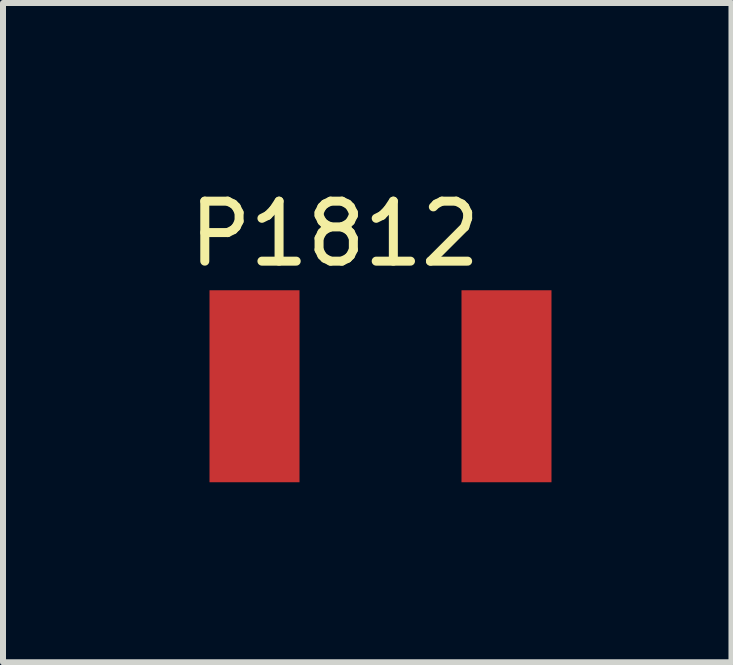
<source format=kicad_pcb>
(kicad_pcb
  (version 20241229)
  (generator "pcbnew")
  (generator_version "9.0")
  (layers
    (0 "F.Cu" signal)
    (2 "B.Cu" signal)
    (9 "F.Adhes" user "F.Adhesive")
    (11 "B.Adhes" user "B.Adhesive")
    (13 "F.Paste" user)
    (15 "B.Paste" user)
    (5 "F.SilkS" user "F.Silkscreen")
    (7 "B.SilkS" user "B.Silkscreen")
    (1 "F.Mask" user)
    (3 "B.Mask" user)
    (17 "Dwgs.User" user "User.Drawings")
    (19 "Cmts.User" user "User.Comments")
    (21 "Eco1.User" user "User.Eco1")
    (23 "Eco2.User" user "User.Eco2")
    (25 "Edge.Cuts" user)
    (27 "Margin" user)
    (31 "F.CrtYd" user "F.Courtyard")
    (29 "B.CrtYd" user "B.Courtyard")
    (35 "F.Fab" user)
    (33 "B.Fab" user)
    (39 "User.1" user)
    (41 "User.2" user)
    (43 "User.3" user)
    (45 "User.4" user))
  (footprint "P1812"
    (layer "F.Cu")
    (at 3.292 3.388)
    (property "Reference" "P1812" (at -0.762 -2.54 0) (layer "F.SilkS") (effects (font (size 1 1) (thickness 0.15))))
    (attr through_hole)
    (pad "1" smd rect (at -2.1 0) (size 1.5 3.2) (layers "F.Cu" "F.Mask" "F.Paste"))
    (pad "2" smd rect (at 2.1 0) (size 1.5 3.2) (layers "F.Cu" "F.Mask" "F.Paste")))
  (gr_rect
    (start -3 -3)
    (end 9.142 7.988)
    (stroke (width 0.1) (type default))
    (fill no)
    (layer "Edge.Cuts")))
</source>
